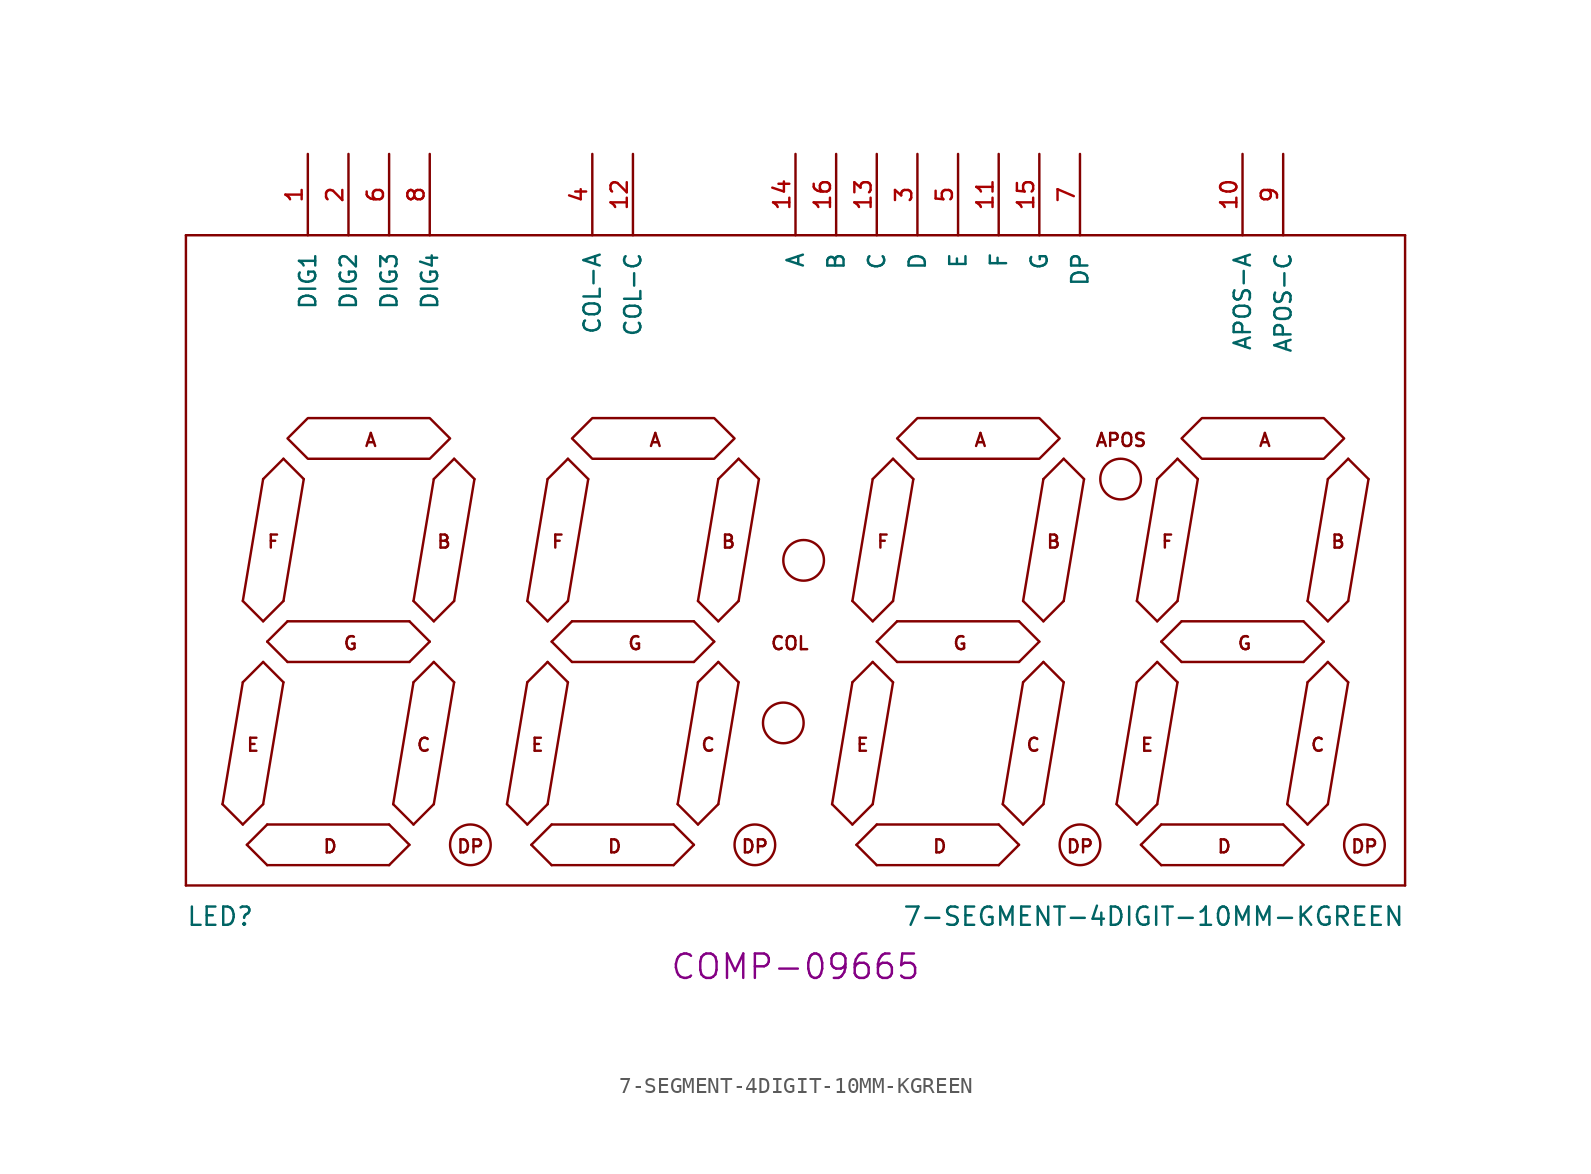
<source format=kicad_sym>
(kicad_symbol_lib
  (version 20211014)
  (generator kicad_symbol_editor)
  (symbol "7-SEGMENT-4DIGIT-10MM-KGREEN"
    (pin_names
      (offset 1.016))
    (property "Reference" "LED"
      (at -38.1 -19.05 0)
      (effects (font (size 1.143 1.143)) (justify left top)))
    (property "Value" "7-SEGMENT-4DIGIT-10MM-KGREEN"
      (at 38.1 -19.05 0)
      (effects (font (size 1.143 1.143)) (justify right top)))
    (property "Field4" "COMP-09665"
      (at 0 -22.86 0)
      (effects (font (size 1.524 1.524))))
    (property "ki_locked" ""
      (at 0 0 0)
      (effects (font (size 1.27 1.27))))
    (symbol "7-SEGMENT-4DIGIT-10MM-KGREEN_1_0"
      (polyline (pts (xy -38.1 -17.78) (xy -38.1 22.86)) (stroke (width 0) (type default) (color 0 0 0 0)) (fill (type none)))
      (polyline (pts (xy -35.814 -12.7) (xy -34.544 -13.97)) (stroke (width 0) (type default) (color 0 0 0 0)) (fill (type none)))
      (polyline (pts (xy -34.544 -13.97) (xy -33.274 -12.7)) (stroke (width 0) (type default) (color 0 0 0 0)) (fill (type none)))
      (polyline (pts (xy -34.544 -5.08) (xy -35.814 -12.7)) (stroke (width 0) (type default) (color 0 0 0 0)) (fill (type none)))
      (polyline (pts (xy -34.544 0) (xy -33.274 -1.27)) (stroke (width 0) (type default) (color 0 0 0 0)) (fill (type none)))
      (polyline (pts (xy -34.29 -15.24) (xy -33.02 -16.51)) (stroke (width 0) (type default) (color 0 0 0 0)) (fill (type none)))
      (polyline (pts (xy -34.29 -15.24) (xy -33.02 -13.97)) (stroke (width 0) (type default) (color 0 0 0 0)) (fill (type none)))
      (polyline (pts (xy -33.274 -12.7) (xy -32.004 -5.08)) (stroke (width 0) (type default) (color 0 0 0 0)) (fill (type none)))
      (polyline (pts (xy -33.274 -3.81) (xy -34.544 -5.08)) (stroke (width 0) (type default) (color 0 0 0 0)) (fill (type none)))
      (polyline (pts (xy -33.274 -3.81) (xy -32.004 -5.08)) (stroke (width 0) (type default) (color 0 0 0 0)) (fill (type none)))
      (polyline (pts (xy -33.274 -1.27) (xy -32.004 0)) (stroke (width 0) (type default) (color 0 0 0 0)) (fill (type none)))
      (polyline (pts (xy -33.274 7.62) (xy -34.544 0)) (stroke (width 0) (type default) (color 0 0 0 0)) (fill (type none)))
      (polyline (pts (xy -33.02 -16.51) (xy -25.4 -16.51)) (stroke (width 0) (type default) (color 0 0 0 0)) (fill (type none)))
      (polyline (pts (xy -33.02 -2.54) (xy -31.75 -3.81)) (stroke (width 0) (type default) (color 0 0 0 0)) (fill (type none)))
      (polyline (pts (xy -33.02 -2.54) (xy -31.75 -1.27)) (stroke (width 0) (type default) (color 0 0 0 0)) (fill (type none)))
      (polyline (pts (xy -32.004 0) (xy -30.734 7.62)) (stroke (width 0) (type default) (color 0 0 0 0)) (fill (type none)))
      (polyline (pts (xy -32.004 8.89) (xy -33.274 7.62)) (stroke (width 0) (type default) (color 0 0 0 0)) (fill (type none)))
      (polyline (pts (xy -32.004 8.89) (xy -30.734 7.62)) (stroke (width 0) (type default) (color 0 0 0 0)) (fill (type none)))
      (polyline (pts (xy -31.75 -3.81) (xy -24.13 -3.81)) (stroke (width 0) (type default) (color 0 0 0 0)) (fill (type none)))
      (polyline (pts (xy -25.4 -16.51) (xy -24.13 -15.24)) (stroke (width 0) (type default) (color 0 0 0 0)) (fill (type none)))
      (polyline (pts (xy -25.4 -13.97) (xy -33.02 -13.97)) (stroke (width 0) (type default) (color 0 0 0 0)) (fill (type none)))
      (polyline (pts (xy -25.146 -12.7) (xy -23.876 -13.97)) (stroke (width 0) (type default) (color 0 0 0 0)) (fill (type none)))
      (polyline (pts (xy -24.13 -15.24) (xy -25.4 -13.97)) (stroke (width 0) (type default) (color 0 0 0 0)) (fill (type none)))
      (polyline (pts (xy -24.13 -3.81) (xy -22.86 -2.54)) (stroke (width 0) (type default) (color 0 0 0 0)) (fill (type none)))
      (polyline (pts (xy -24.13 -1.27) (xy -31.75 -1.27)) (stroke (width 0) (type default) (color 0 0 0 0)) (fill (type none)))
      (polyline (pts (xy -23.876 -13.97) (xy -22.606 -12.7)) (stroke (width 0) (type default) (color 0 0 0 0)) (fill (type none)))
      (polyline (pts (xy -23.876 -5.08) (xy -25.146 -12.7)) (stroke (width 0) (type default) (color 0 0 0 0)) (fill (type none)))
      (polyline (pts (xy -23.876 0) (xy -22.606 -1.27)) (stroke (width 0) (type default) (color 0 0 0 0)) (fill (type none)))
      (polyline (pts (xy -22.86 -2.54) (xy -24.13 -1.27)) (stroke (width 0) (type default) (color 0 0 0 0)) (fill (type none)))
      (polyline (pts (xy -22.606 -12.7) (xy -21.336 -5.08)) (stroke (width 0) (type default) (color 0 0 0 0)) (fill (type none)))
      (polyline (pts (xy -22.606 -3.81) (xy -23.876 -5.08)) (stroke (width 0) (type default) (color 0 0 0 0)) (fill (type none)))
      (polyline (pts (xy -22.606 -3.81) (xy -21.336 -5.08)) (stroke (width 0) (type default) (color 0 0 0 0)) (fill (type none)))
      (polyline (pts (xy -22.606 -1.27) (xy -21.336 0)) (stroke (width 0) (type default) (color 0 0 0 0)) (fill (type none)))
      (polyline (pts (xy -22.606 7.62) (xy -23.876 0)) (stroke (width 0) (type default) (color 0 0 0 0)) (fill (type none)))
      (polyline (pts (xy -21.336 0) (xy -20.066 7.62)) (stroke (width 0) (type default) (color 0 0 0 0)) (fill (type none)))
      (polyline (pts (xy -21.336 8.89) (xy -22.606 7.62)) (stroke (width 0) (type default) (color 0 0 0 0)) (fill (type none)))
      (polyline (pts (xy -21.336 8.89) (xy -20.066 7.62)) (stroke (width 0) (type default) (color 0 0 0 0)) (fill (type none)))
      (polyline (pts (xy -18.034 -12.7) (xy -16.764 -13.97)) (stroke (width 0) (type default) (color 0 0 0 0)) (fill (type none)))
      (polyline (pts (xy -16.764 -13.97) (xy -15.494 -12.7)) (stroke (width 0) (type default) (color 0 0 0 0)) (fill (type none)))
      (polyline (pts (xy -16.764 -5.08) (xy -18.034 -12.7)) (stroke (width 0) (type default) (color 0 0 0 0)) (fill (type none)))
      (polyline (pts (xy -16.764 0) (xy -15.494 -1.27)) (stroke (width 0) (type default) (color 0 0 0 0)) (fill (type none)))
      (polyline (pts (xy -16.51 -15.24) (xy -15.24 -16.51)) (stroke (width 0) (type default) (color 0 0 0 0)) (fill (type none)))
      (polyline (pts (xy -16.51 -15.24) (xy -15.24 -13.97)) (stroke (width 0) (type default) (color 0 0 0 0)) (fill (type none)))
      (polyline (pts (xy -15.494 -12.7) (xy -14.224 -5.08)) (stroke (width 0) (type default) (color 0 0 0 0)) (fill (type none)))
      (polyline (pts (xy -15.494 -3.81) (xy -16.764 -5.08)) (stroke (width 0) (type default) (color 0 0 0 0)) (fill (type none)))
      (polyline (pts (xy -15.494 -3.81) (xy -14.224 -5.08)) (stroke (width 0) (type default) (color 0 0 0 0)) (fill (type none)))
      (polyline (pts (xy -15.494 -1.27) (xy -14.224 0)) (stroke (width 0) (type default) (color 0 0 0 0)) (fill (type none)))
      (polyline (pts (xy -15.494 7.62) (xy -16.764 0)) (stroke (width 0) (type default) (color 0 0 0 0)) (fill (type none)))
      (polyline (pts (xy -15.24 -16.51) (xy -7.62 -16.51)) (stroke (width 0) (type default) (color 0 0 0 0)) (fill (type none)))
      (polyline (pts (xy -15.24 -2.54) (xy -13.97 -3.81)) (stroke (width 0) (type default) (color 0 0 0 0)) (fill (type none)))
      (polyline (pts (xy -15.24 -2.54) (xy -13.97 -1.27)) (stroke (width 0) (type default) (color 0 0 0 0)) (fill (type none)))
      (polyline (pts (xy -14.224 0) (xy -12.954 7.62)) (stroke (width 0) (type default) (color 0 0 0 0)) (fill (type none)))
      (polyline (pts (xy -14.224 8.89) (xy -15.494 7.62)) (stroke (width 0) (type default) (color 0 0 0 0)) (fill (type none)))
      (polyline (pts (xy -14.224 8.89) (xy -12.954 7.62)) (stroke (width 0) (type default) (color 0 0 0 0)) (fill (type none)))
      (polyline (pts (xy -13.97 -3.81) (xy -6.35 -3.81)) (stroke (width 0) (type default) (color 0 0 0 0)) (fill (type none)))
      (polyline (pts (xy -7.62 -16.51) (xy -6.35 -15.24)) (stroke (width 0) (type default) (color 0 0 0 0)) (fill (type none)))
      (polyline (pts (xy -7.62 -13.97) (xy -15.24 -13.97)) (stroke (width 0) (type default) (color 0 0 0 0)) (fill (type none)))
      (polyline (pts (xy -7.366 -12.7) (xy -6.096 -13.97)) (stroke (width 0) (type default) (color 0 0 0 0)) (fill (type none)))
      (polyline (pts (xy -6.35 -15.24) (xy -7.62 -13.97)) (stroke (width 0) (type default) (color 0 0 0 0)) (fill (type none)))
      (polyline (pts (xy -6.35 -3.81) (xy -5.08 -2.54)) (stroke (width 0) (type default) (color 0 0 0 0)) (fill (type none)))
      (polyline (pts (xy -6.35 -1.27) (xy -13.97 -1.27)) (stroke (width 0) (type default) (color 0 0 0 0)) (fill (type none)))
      (polyline (pts (xy -6.096 -13.97) (xy -4.826 -12.7)) (stroke (width 0) (type default) (color 0 0 0 0)) (fill (type none)))
      (polyline (pts (xy -6.096 -5.08) (xy -7.366 -12.7)) (stroke (width 0) (type default) (color 0 0 0 0)) (fill (type none)))
      (polyline (pts (xy -6.096 0) (xy -4.826 -1.27)) (stroke (width 0) (type default) (color 0 0 0 0)) (fill (type none)))
      (polyline (pts (xy -5.08 -2.54) (xy -6.35 -1.27)) (stroke (width 0) (type default) (color 0 0 0 0)) (fill (type none)))
      (polyline (pts (xy -4.826 -12.7) (xy -3.556 -5.08)) (stroke (width 0) (type default) (color 0 0 0 0)) (fill (type none)))
      (polyline (pts (xy -4.826 -3.81) (xy -6.096 -5.08)) (stroke (width 0) (type default) (color 0 0 0 0)) (fill (type none)))
      (polyline (pts (xy -4.826 -3.81) (xy -3.556 -5.08)) (stroke (width 0) (type default) (color 0 0 0 0)) (fill (type none)))
      (polyline (pts (xy -4.826 -1.27) (xy -3.556 0)) (stroke (width 0) (type default) (color 0 0 0 0)) (fill (type none)))
      (polyline (pts (xy -4.826 7.62) (xy -6.096 0)) (stroke (width 0) (type default) (color 0 0 0 0)) (fill (type none)))
      (polyline (pts (xy -3.556 0) (xy -2.286 7.62)) (stroke (width 0) (type default) (color 0 0 0 0)) (fill (type none)))
      (polyline (pts (xy -3.556 8.89) (xy -4.826 7.62)) (stroke (width 0) (type default) (color 0 0 0 0)) (fill (type none)))
      (polyline (pts (xy -3.556 8.89) (xy -2.286 7.62)) (stroke (width 0) (type default) (color 0 0 0 0)) (fill (type none)))
      (polyline (pts (xy 2.286 -12.7) (xy 3.556 -13.97)) (stroke (width 0) (type default) (color 0 0 0 0)) (fill (type none)))
      (polyline (pts (xy 3.556 -13.97) (xy 4.826 -12.7)) (stroke (width 0) (type default) (color 0 0 0 0)) (fill (type none)))
      (polyline (pts (xy 3.556 -5.08) (xy 2.286 -12.7)) (stroke (width 0) (type default) (color 0 0 0 0)) (fill (type none)))
      (polyline (pts (xy 3.556 0) (xy 4.826 -1.27)) (stroke (width 0) (type default) (color 0 0 0 0)) (fill (type none)))
      (polyline (pts (xy 3.81 -15.24) (xy 5.08 -16.51)) (stroke (width 0) (type default) (color 0 0 0 0)) (fill (type none)))
      (polyline (pts (xy 3.81 -15.24) (xy 5.08 -13.97)) (stroke (width 0) (type default) (color 0 0 0 0)) (fill (type none)))
      (polyline (pts (xy 4.826 -12.7) (xy 6.096 -5.08)) (stroke (width 0) (type default) (color 0 0 0 0)) (fill (type none)))
      (polyline (pts (xy 4.826 -3.81) (xy 3.556 -5.08)) (stroke (width 0) (type default) (color 0 0 0 0)) (fill (type none)))
      (polyline (pts (xy 4.826 -3.81) (xy 6.096 -5.08)) (stroke (width 0) (type default) (color 0 0 0 0)) (fill (type none)))
      (polyline (pts (xy 4.826 -1.27) (xy 6.096 0)) (stroke (width 0) (type default) (color 0 0 0 0)) (fill (type none)))
      (polyline (pts (xy 4.826 7.62) (xy 3.556 0)) (stroke (width 0) (type default) (color 0 0 0 0)) (fill (type none)))
      (polyline (pts (xy 5.08 -16.51) (xy 12.7 -16.51)) (stroke (width 0) (type default) (color 0 0 0 0)) (fill (type none)))
      (polyline (pts (xy 5.08 -2.54) (xy 6.35 -3.81)) (stroke (width 0) (type default) (color 0 0 0 0)) (fill (type none)))
      (polyline (pts (xy 5.08 -2.54) (xy 6.35 -1.27)) (stroke (width 0) (type default) (color 0 0 0 0)) (fill (type none)))
      (polyline (pts (xy 6.096 0) (xy 7.366 7.62)) (stroke (width 0) (type default) (color 0 0 0 0)) (fill (type none)))
      (polyline (pts (xy 6.096 8.89) (xy 4.826 7.62)) (stroke (width 0) (type default) (color 0 0 0 0)) (fill (type none)))
      (polyline (pts (xy 6.096 8.89) (xy 7.366 7.62)) (stroke (width 0) (type default) (color 0 0 0 0)) (fill (type none)))
      (polyline (pts (xy 6.35 -3.81) (xy 13.97 -3.81)) (stroke (width 0) (type default) (color 0 0 0 0)) (fill (type none)))
      (polyline (pts (xy 12.7 -16.51) (xy 13.97 -15.24)) (stroke (width 0) (type default) (color 0 0 0 0)) (fill (type none)))
      (polyline (pts (xy 12.7 -13.97) (xy 5.08 -13.97)) (stroke (width 0) (type default) (color 0 0 0 0)) (fill (type none)))
      (polyline (pts (xy 12.954 -12.7) (xy 14.224 -13.97)) (stroke (width 0) (type default) (color 0 0 0 0)) (fill (type none)))
      (polyline (pts (xy 13.97 -15.24) (xy 12.7 -13.97)) (stroke (width 0) (type default) (color 0 0 0 0)) (fill (type none)))
      (polyline (pts (xy 13.97 -3.81) (xy 15.24 -2.54)) (stroke (width 0) (type default) (color 0 0 0 0)) (fill (type none)))
      (polyline (pts (xy 13.97 -1.27) (xy 6.35 -1.27)) (stroke (width 0) (type default) (color 0 0 0 0)) (fill (type none)))
      (polyline (pts (xy 14.224 -13.97) (xy 15.494 -12.7)) (stroke (width 0) (type default) (color 0 0 0 0)) (fill (type none)))
      (polyline (pts (xy 14.224 -5.08) (xy 12.954 -12.7)) (stroke (width 0) (type default) (color 0 0 0 0)) (fill (type none)))
      (polyline (pts (xy 14.224 0) (xy 15.494 -1.27)) (stroke (width 0) (type default) (color 0 0 0 0)) (fill (type none)))
      (polyline (pts (xy 15.24 -2.54) (xy 13.97 -1.27)) (stroke (width 0) (type default) (color 0 0 0 0)) (fill (type none)))
      (polyline (pts (xy 15.494 -12.7) (xy 16.764 -5.08)) (stroke (width 0) (type default) (color 0 0 0 0)) (fill (type none)))
      (polyline (pts (xy 15.494 -3.81) (xy 14.224 -5.08)) (stroke (width 0) (type default) (color 0 0 0 0)) (fill (type none)))
      (polyline (pts (xy 15.494 -3.81) (xy 16.764 -5.08)) (stroke (width 0) (type default) (color 0 0 0 0)) (fill (type none)))
      (polyline (pts (xy 15.494 -1.27) (xy 16.764 0)) (stroke (width 0) (type default) (color 0 0 0 0)) (fill (type none)))
      (polyline (pts (xy 15.494 7.62) (xy 14.224 0)) (stroke (width 0) (type default) (color 0 0 0 0)) (fill (type none)))
      (polyline (pts (xy 16.764 0) (xy 18.034 7.62)) (stroke (width 0) (type default) (color 0 0 0 0)) (fill (type none)))
      (polyline (pts (xy 16.764 8.89) (xy 15.494 7.62)) (stroke (width 0) (type default) (color 0 0 0 0)) (fill (type none)))
      (polyline (pts (xy 16.764 8.89) (xy 18.034 7.62)) (stroke (width 0) (type default) (color 0 0 0 0)) (fill (type none)))
      (polyline (pts (xy 20.066 -12.7) (xy 21.336 -13.97)) (stroke (width 0) (type default) (color 0 0 0 0)) (fill (type none)))
      (polyline (pts (xy 21.336 -13.97) (xy 22.606 -12.7)) (stroke (width 0) (type default) (color 0 0 0 0)) (fill (type none)))
      (polyline (pts (xy 21.336 -5.08) (xy 20.066 -12.7)) (stroke (width 0) (type default) (color 0 0 0 0)) (fill (type none)))
      (polyline (pts (xy 21.336 0) (xy 22.606 -1.27)) (stroke (width 0) (type default) (color 0 0 0 0)) (fill (type none)))
      (polyline (pts (xy 21.59 -15.24) (xy 22.86 -16.51)) (stroke (width 0) (type default) (color 0 0 0 0)) (fill (type none)))
      (polyline (pts (xy 21.59 -15.24) (xy 22.86 -13.97)) (stroke (width 0) (type default) (color 0 0 0 0)) (fill (type none)))
      (polyline (pts (xy 22.606 -12.7) (xy 23.876 -5.08)) (stroke (width 0) (type default) (color 0 0 0 0)) (fill (type none)))
      (polyline (pts (xy 22.606 -3.81) (xy 21.336 -5.08)) (stroke (width 0) (type default) (color 0 0 0 0)) (fill (type none)))
      (polyline (pts (xy 22.606 -3.81) (xy 23.876 -5.08)) (stroke (width 0) (type default) (color 0 0 0 0)) (fill (type none)))
      (polyline (pts (xy 22.606 -1.27) (xy 23.876 0)) (stroke (width 0) (type default) (color 0 0 0 0)) (fill (type none)))
      (polyline (pts (xy 22.606 7.62) (xy 21.336 0)) (stroke (width 0) (type default) (color 0 0 0 0)) (fill (type none)))
      (polyline (pts (xy 22.86 -16.51) (xy 30.48 -16.51)) (stroke (width 0) (type default) (color 0 0 0 0)) (fill (type none)))
      (polyline (pts (xy 22.86 -2.54) (xy 24.13 -3.81)) (stroke (width 0) (type default) (color 0 0 0 0)) (fill (type none)))
      (polyline (pts (xy 22.86 -2.54) (xy 24.13 -1.27)) (stroke (width 0) (type default) (color 0 0 0 0)) (fill (type none)))
      (polyline (pts (xy 23.876 0) (xy 25.146 7.62)) (stroke (width 0) (type default) (color 0 0 0 0)) (fill (type none)))
      (polyline (pts (xy 23.876 8.89) (xy 22.606 7.62)) (stroke (width 0) (type default) (color 0 0 0 0)) (fill (type none)))
      (polyline (pts (xy 23.876 8.89) (xy 25.146 7.62)) (stroke (width 0) (type default) (color 0 0 0 0)) (fill (type none)))
      (polyline (pts (xy 24.13 -3.81) (xy 31.75 -3.81)) (stroke (width 0) (type default) (color 0 0 0 0)) (fill (type none)))
      (polyline (pts (xy 30.48 -16.51) (xy 31.75 -15.24)) (stroke (width 0) (type default) (color 0 0 0 0)) (fill (type none)))
      (polyline (pts (xy 30.48 -13.97) (xy 22.86 -13.97)) (stroke (width 0) (type default) (color 0 0 0 0)) (fill (type none)))
      (polyline (pts (xy 30.734 -12.7) (xy 32.004 -13.97)) (stroke (width 0) (type default) (color 0 0 0 0)) (fill (type none)))
      (polyline (pts (xy 31.75 -15.24) (xy 30.48 -13.97)) (stroke (width 0) (type default) (color 0 0 0 0)) (fill (type none)))
      (polyline (pts (xy 31.75 -3.81) (xy 33.02 -2.54)) (stroke (width 0) (type default) (color 0 0 0 0)) (fill (type none)))
      (polyline (pts (xy 31.75 -1.27) (xy 24.13 -1.27)) (stroke (width 0) (type default) (color 0 0 0 0)) (fill (type none)))
      (polyline (pts (xy 32.004 -13.97) (xy 33.274 -12.7)) (stroke (width 0) (type default) (color 0 0 0 0)) (fill (type none)))
      (polyline (pts (xy 32.004 -5.08) (xy 30.734 -12.7)) (stroke (width 0) (type default) (color 0 0 0 0)) (fill (type none)))
      (polyline (pts (xy 32.004 0) (xy 33.274 -1.27)) (stroke (width 0) (type default) (color 0 0 0 0)) (fill (type none)))
      (polyline (pts (xy 33.02 -2.54) (xy 31.75 -1.27)) (stroke (width 0) (type default) (color 0 0 0 0)) (fill (type none)))
      (polyline (pts (xy 33.274 -12.7) (xy 34.544 -5.08)) (stroke (width 0) (type default) (color 0 0 0 0)) (fill (type none)))
      (polyline (pts (xy 33.274 -3.81) (xy 32.004 -5.08)) (stroke (width 0) (type default) (color 0 0 0 0)) (fill (type none)))
      (polyline (pts (xy 33.274 -3.81) (xy 34.544 -5.08)) (stroke (width 0) (type default) (color 0 0 0 0)) (fill (type none)))
      (polyline (pts (xy 33.274 -1.27) (xy 34.544 0)) (stroke (width 0) (type default) (color 0 0 0 0)) (fill (type none)))
      (polyline (pts (xy 33.274 7.62) (xy 32.004 0)) (stroke (width 0) (type default) (color 0 0 0 0)) (fill (type none)))
      (polyline (pts (xy 34.544 0) (xy 35.814 7.62)) (stroke (width 0) (type default) (color 0 0 0 0)) (fill (type none)))
      (polyline (pts (xy 34.544 8.89) (xy 33.274 7.62)) (stroke (width 0) (type default) (color 0 0 0 0)) (fill (type none)))
      (polyline (pts (xy 34.544 8.89) (xy 35.814 7.62)) (stroke (width 0) (type default) (color 0 0 0 0)) (fill (type none)))
      (polyline (pts (xy 38.1 -17.78) (xy -38.1 -17.78)) (stroke (width 0) (type default) (color 0 0 0 0)) (fill (type none)))
      (polyline (pts (xy 38.1 22.86) (xy -38.1 22.86)) (stroke (width 0) (type default) (color 0 0 0 0)) (fill (type none)))
      (polyline (pts (xy 38.1 22.86) (xy 38.1 -17.78)) (stroke (width 0) (type default) (color 0 0 0 0)) (fill (type none)))
      (text "A" (at -26.543 10.058 0) (effects (font (size 0.813 0.813))))
      (text "A" (at -8.763 10.058 0) (effects (font (size 0.813 0.813))))
      (text "A" (at 11.557 10.058 0) (effects (font (size 0.813 0.813))))
      (text "A" (at 29.337 10.058 0) (effects (font (size 0.813 0.813))))
      (text "APOS" (at 20.345 10.058 0) (effects (font (size 0.813 0.813))))
      (text "B" (at -21.971 3.708 0) (effects (font (size 0.813 0.813))))
      (text "B" (at -4.191 3.708 0) (effects (font (size 0.813 0.813))))
      (text "B" (at 16.129 3.708 0) (effects (font (size 0.813 0.813))))
      (text "B" (at 33.909 3.708 0) (effects (font (size 0.813 0.813))))
      (text "C" (at -23.241 -8.992 0) (effects (font (size 0.813 0.813))))
      (text "C" (at -5.461 -8.992 0) (effects (font (size 0.813 0.813))))
      (text "C" (at 14.859 -8.992 0) (effects (font (size 0.813 0.813))))
      (text "C" (at 32.639 -8.992 0) (effects (font (size 0.813 0.813))))
      (text "COL" (at -0.356 -2.642 0) (effects (font (size 0.813 0.813))))
      (text "D" (at -29.083 -15.342 0) (effects (font (size 0.813 0.813))))
      (text "D" (at -11.303 -15.342 0) (effects (font (size 0.813 0.813))))
      (text "D" (at 9.017 -15.342 0) (effects (font (size 0.813 0.813))))
      (text "D" (at 26.797 -15.342 0) (effects (font (size 0.813 0.813))))
      (text "DP" (at -20.32 -15.342 0) (effects (font (size 0.813 0.813))))
      (text "DP" (at -2.54 -15.342 0) (effects (font (size 0.813 0.813))))
      (text "DP" (at 17.78 -15.342 0) (effects (font (size 0.813 0.813))))
      (text "DP" (at 35.56 -15.342 0) (effects (font (size 0.813 0.813))))
      (text "E" (at -33.909 -8.992 0) (effects (font (size 0.813 0.813))))
      (text "E" (at -16.129 -8.992 0) (effects (font (size 0.813 0.813))))
      (text "E" (at 4.191 -8.992 0) (effects (font (size 0.813 0.813))))
      (text "E" (at 21.971 -8.992 0) (effects (font (size 0.813 0.813))))
      (text "F" (at -32.639 3.708 0) (effects (font (size 0.813 0.813))))
      (text "F" (at -14.859 3.708 0) (effects (font (size 0.813 0.813))))
      (text "F" (at 5.461 3.708 0) (effects (font (size 0.813 0.813))))
      (text "F" (at 23.241 3.708 0) (effects (font (size 0.813 0.813))))
      (text "G" (at -27.813 -2.642 0) (effects (font (size 0.813 0.813))))
      (text "G" (at -10.033 -2.642 0) (effects (font (size 0.813 0.813))))
      (text "G" (at 10.287 -2.642 0) (effects (font (size 0.813 0.813))))
      (text "G" (at 28.067 -2.642 0) (effects (font (size 0.813 0.813)))))
    (symbol "7-SEGMENT-4DIGIT-10MM-KGREEN_1_1"
      (circle (center -20.32 -15.24) (radius 1.27) (stroke (width 0) (type default) (color 0 0 0 0)) (fill (type none)))
      (circle (center -2.54 -15.24) (radius 1.27) (stroke (width 0) (type default) (color 0 0 0 0)) (fill (type none)))
      (circle (center -0.762 -7.62) (radius 1.27) (stroke (width 0) (type default) (color 0 0 0 0)) (fill (type none)))
      (polyline (pts (xy -22.86 11.43) (xy -21.59 10.16) (xy -22.86 8.89) (xy -30.48 8.89) (xy -31.75 10.16) (xy -30.48 11.43) (xy -22.86 11.43)) (stroke (width 0) (type default) (color 0 0 0 0)) (fill (type none)))
      (polyline (pts (xy -5.08 11.43) (xy -3.81 10.16) (xy -5.08 8.89) (xy -12.7 8.89) (xy -13.97 10.16) (xy -12.7 11.43) (xy -5.08 11.43)) (stroke (width 0) (type default) (color 0 0 0 0)) (fill (type none)))
      (polyline (pts (xy 15.24 11.43) (xy 16.51 10.16) (xy 15.24 8.89) (xy 7.62 8.89) (xy 6.35 10.16) (xy 7.62 11.43) (xy 15.24 11.43)) (stroke (width 0) (type default) (color 0 0 0 0)) (fill (type none)))
      (polyline (pts (xy 33.02 11.43) (xy 34.29 10.16) (xy 33.02 8.89) (xy 25.4 8.89) (xy 24.13 10.16) (xy 25.4 11.43) (xy 33.02 11.43)) (stroke (width 0) (type default) (color 0 0 0 0)) (fill (type none)))
      (circle (center 0.508 2.54) (radius 1.27) (stroke (width 0) (type default) (color 0 0 0 0)) (fill (type none)))
      (circle (center 17.78 -15.24) (radius 1.27) (stroke (width 0) (type default) (color 0 0 0 0)) (fill (type none)))
      (circle (center 20.32 7.62) (radius 1.27) (stroke (width 0) (type default) (color 0 0 0 0)) (fill (type none)))
      (circle (center 35.56 -15.24) (radius 1.27) (stroke (width 0) (type default) (color 0 0 0 0)) (fill (type none)))
      (pin bidirectional line (at -30.48 27.94 270) (length 5.08) (name "DIG1" (effects (font (size 1.016 1.016)))) (number "1" (effects (font (size 1.016 1.016)))))
      (pin bidirectional line (at 27.94 27.94 270) (length 5.08) (name "APOS-A" (effects (font (size 1.016 1.016)))) (number "10" (effects (font (size 1.016 1.016)))))
      (pin bidirectional line (at 12.7 27.94 270) (length 5.08) (name "F" (effects (font (size 1.016 1.016)))) (number "11" (effects (font (size 1.016 1.016)))))
      (pin bidirectional line (at -10.16 27.94 270) (length 5.08) (name "COL-C" (effects (font (size 1.016 1.016)))) (number "12" (effects (font (size 1.016 1.016)))))
      (pin bidirectional line (at 5.08 27.94 270) (length 5.08) (name "C" (effects (font (size 1.016 1.016)))) (number "13" (effects (font (size 1.016 1.016)))))
      (pin bidirectional line (at 0 27.94 270) (length 5.08) (name "A" (effects (font (size 1.016 1.016)))) (number "14" (effects (font (size 1.016 1.016)))))
      (pin bidirectional line (at 15.24 27.94 270) (length 5.08) (name "G" (effects (font (size 1.016 1.016)))) (number "15" (effects (font (size 1.016 1.016)))))
      (pin bidirectional line (at 2.54 27.94 270) (length 5.08) (name "B" (effects (font (size 1.016 1.016)))) (number "16" (effects (font (size 1.016 1.016)))))
      (pin bidirectional line (at -27.94 27.94 270) (length 5.08) (name "DIG2" (effects (font (size 1.016 1.016)))) (number "2" (effects (font (size 1.016 1.016)))))
      (pin bidirectional line (at 7.62 27.94 270) (length 5.08) (name "D" (effects (font (size 1.016 1.016)))) (number "3" (effects (font (size 1.016 1.016)))))
      (pin bidirectional line (at -12.7 27.94 270) (length 5.08) (name "COL-A" (effects (font (size 1.016 1.016)))) (number "4" (effects (font (size 1.016 1.016)))))
      (pin bidirectional line (at 10.16 27.94 270) (length 5.08) (name "E" (effects (font (size 1.016 1.016)))) (number "5" (effects (font (size 1.016 1.016)))))
      (pin bidirectional line (at -25.4 27.94 270) (length 5.08) (name "DIG3" (effects (font (size 1.016 1.016)))) (number "6" (effects (font (size 1.016 1.016)))))
      (pin bidirectional line (at 17.78 27.94 270) (length 5.08) (name "DP" (effects (font (size 1.016 1.016)))) (number "7" (effects (font (size 1.016 1.016)))))
      (pin bidirectional line (at -22.86 27.94 270) (length 5.08) (name "DIG4" (effects (font (size 1.016 1.016)))) (number "8" (effects (font (size 1.016 1.016)))))
      (pin bidirectional line (at 30.48 27.94 270) (length 5.08) (name "APOS-C" (effects (font (size 1.016 1.016)))) (number "9" (effects (font (size 1.016 1.016))))))))
</source>
